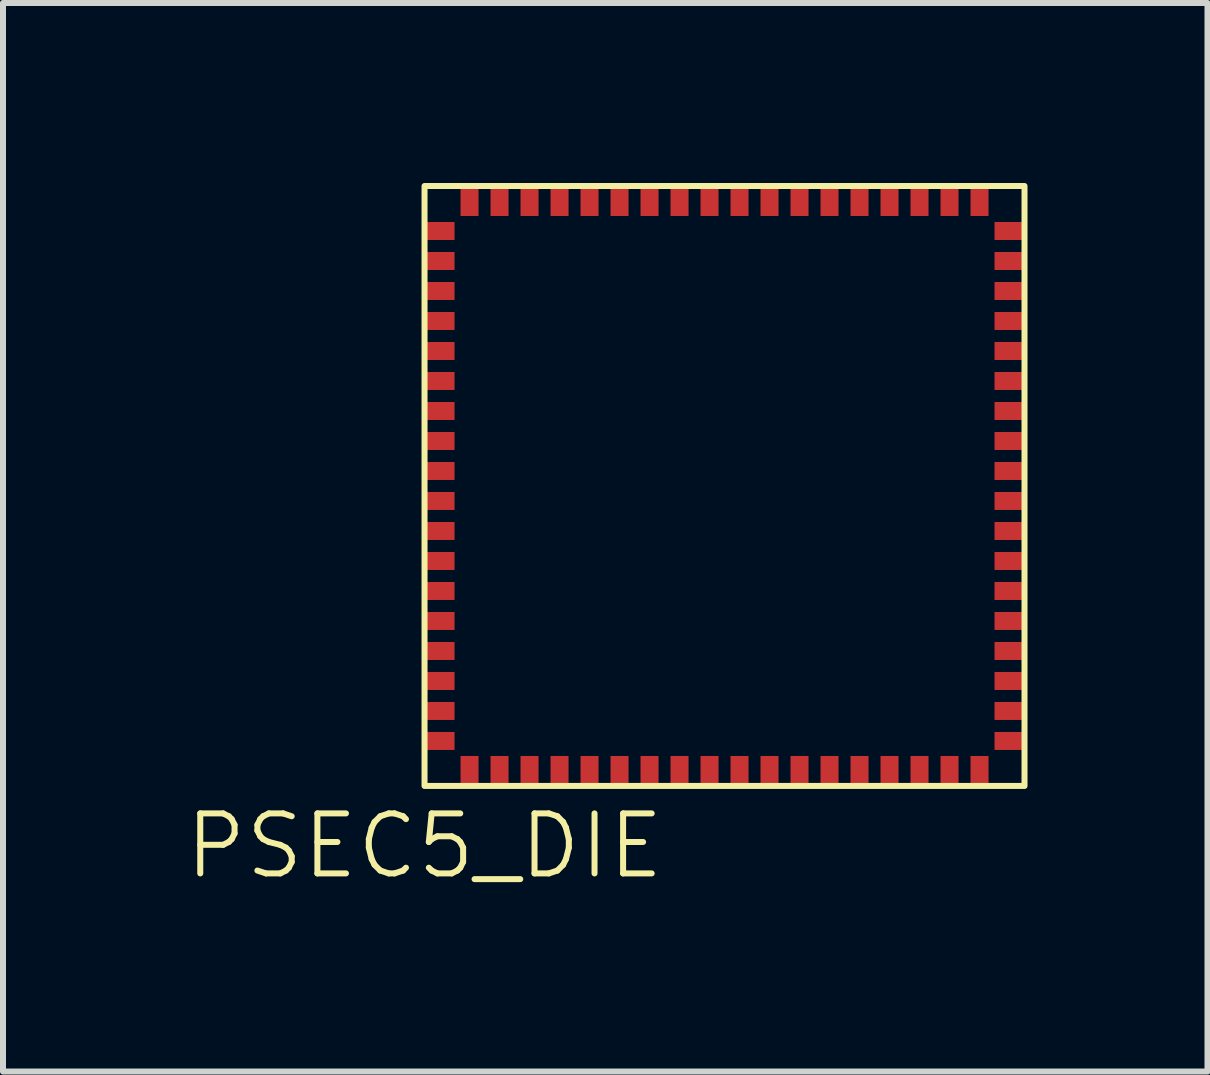
<source format=kicad_pcb>
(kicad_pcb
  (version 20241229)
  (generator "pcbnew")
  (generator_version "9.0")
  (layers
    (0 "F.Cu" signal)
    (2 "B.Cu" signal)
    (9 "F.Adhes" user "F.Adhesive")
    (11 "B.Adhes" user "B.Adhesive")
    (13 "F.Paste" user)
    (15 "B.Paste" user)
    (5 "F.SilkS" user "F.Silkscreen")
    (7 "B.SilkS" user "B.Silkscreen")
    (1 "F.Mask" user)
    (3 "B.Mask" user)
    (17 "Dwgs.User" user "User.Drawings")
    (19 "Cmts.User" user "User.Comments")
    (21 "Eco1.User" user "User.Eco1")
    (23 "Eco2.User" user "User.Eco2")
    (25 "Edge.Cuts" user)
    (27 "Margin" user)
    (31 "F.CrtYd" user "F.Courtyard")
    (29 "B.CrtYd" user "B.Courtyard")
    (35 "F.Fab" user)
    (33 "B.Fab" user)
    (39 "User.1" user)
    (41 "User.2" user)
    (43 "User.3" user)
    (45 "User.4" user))
  (footprint "PSEC5_DIE"
    (layer "F.Cu")
    (at 4.026 10.05)
    (property "Reference" "PSEC5_DIE" (at 0 1 0) (unlocked yes) (layer "F.SilkS") (effects (font (size 1 1) (thickness 0.1))))
    (attr smd)
    (fp_rect (start 0 0) (end 10 -10) (stroke (width 0.1) (type default)) (fill no) (layer "F.SilkS"))
    (pad "1" smd rect (at 0.75 -9.75) (size 0.3 0.5) (layers "F.Cu" "F.Mask" "F.Paste"))
    (pad "2" smd rect (at 1.25 -9.75) (size 0.3 0.5) (layers "F.Cu" "F.Mask" "F.Paste"))
    (pad "3" smd rect (at 1.75 -9.75) (size 0.3 0.5) (layers "F.Cu" "F.Mask" "F.Paste"))
    (pad "4" smd rect (at 2.25 -9.75) (size 0.3 0.5) (layers "F.Cu" "F.Mask" "F.Paste"))
    (pad "5" smd rect (at 2.75 -9.75) (size 0.3 0.5) (layers "F.Cu" "F.Mask" "F.Paste"))
    (pad "6" smd rect (at 3.25 -9.75) (size 0.3 0.5) (layers "F.Cu" "F.Mask" "F.Paste"))
    (pad "7" smd rect (at 3.75 -9.75) (size 0.3 0.5) (layers "F.Cu" "F.Mask" "F.Paste"))
    (pad "8" smd rect (at 4.25 -9.75) (size 0.3 0.5) (layers "F.Cu" "F.Mask" "F.Paste"))
    (pad "9" smd rect (at 4.75 -9.75) (size 0.3 0.5) (layers "F.Cu" "F.Mask" "F.Paste"))
    (pad "10" smd rect (at 5.25 -9.75) (size 0.3 0.5) (layers "F.Cu" "F.Mask" "F.Paste"))
    (pad "11" smd rect (at 5.75 -9.75) (size 0.3 0.5) (layers "F.Cu" "F.Mask" "F.Paste"))
    (pad "12" smd rect (at 6.25 -9.75) (size 0.3 0.5) (layers "F.Cu" "F.Mask" "F.Paste"))
    (pad "13" smd rect (at 6.75 -9.75) (size 0.3 0.5) (layers "F.Cu" "F.Mask" "F.Paste"))
    (pad "14" smd rect (at 7.25 -9.75) (size 0.3 0.5) (layers "F.Cu" "F.Mask" "F.Paste"))
    (pad "15" smd rect (at 7.75 -9.75) (size 0.3 0.5) (layers "F.Cu" "F.Mask" "F.Paste"))
    (pad "16" smd rect (at 8.25 -9.75) (size 0.3 0.5) (layers "F.Cu" "F.Mask" "F.Paste"))
    (pad "17" smd rect (at 8.75 -9.75) (size 0.3 0.5) (layers "F.Cu" "F.Mask" "F.Paste"))
    (pad "18" smd rect (at 9.25 -9.75) (size 0.3 0.5) (layers "F.Cu" "F.Mask" "F.Paste"))
    (pad "19" smd rect (at 9.75 -9.25 90) (size 0.3 0.5) (layers "F.Cu" "F.Mask" "F.Paste"))
    (pad "20" smd rect (at 9.75 -8.75 90) (size 0.3 0.5) (layers "F.Cu" "F.Mask" "F.Paste"))
    (pad "21" smd rect (at 9.75 -8.25 90) (size 0.3 0.5) (layers "F.Cu" "F.Mask" "F.Paste"))
    (pad "22" smd rect (at 9.75 -7.75 90) (size 0.3 0.5) (layers "F.Cu" "F.Mask" "F.Paste"))
    (pad "23" smd rect (at 9.75 -7.25 90) (size 0.3 0.5) (layers "F.Cu" "F.Mask" "F.Paste"))
    (pad "24" smd rect (at 9.75 -6.75 90) (size 0.3 0.5) (layers "F.Cu" "F.Mask" "F.Paste"))
    (pad "25" smd rect (at 9.75 -6.25 90) (size 0.3 0.5) (layers "F.Cu" "F.Mask" "F.Paste"))
    (pad "26" smd rect (at 9.75 -5.75 90) (size 0.3 0.5) (layers "F.Cu" "F.Mask" "F.Paste"))
    (pad "27" smd rect (at 9.75 -5.25 90) (size 0.3 0.5) (layers "F.Cu" "F.Mask" "F.Paste"))
    (pad "28" smd rect (at 9.75 -4.75 90) (size 0.3 0.5) (layers "F.Cu" "F.Mask" "F.Paste"))
    (pad "29" smd rect (at 9.75 -4.25 90) (size 0.3 0.5) (layers "F.Cu" "F.Mask" "F.Paste"))
    (pad "30" smd rect (at 9.75 -3.75 90) (size 0.3 0.5) (layers "F.Cu" "F.Mask" "F.Paste"))
    (pad "31" smd rect (at 9.75 -3.25 90) (size 0.3 0.5) (layers "F.Cu" "F.Mask" "F.Paste"))
    (pad "32" smd rect (at 9.75 -2.75 90) (size 0.3 0.5) (layers "F.Cu" "F.Mask" "F.Paste"))
    (pad "33" smd rect (at 9.75 -2.25 90) (size 0.3 0.5) (layers "F.Cu" "F.Mask" "F.Paste"))
    (pad "34" smd rect (at 9.75 -1.75 90) (size 0.3 0.5) (layers "F.Cu" "F.Mask" "F.Paste"))
    (pad "35" smd rect (at 9.75 -1.25 90) (size 0.3 0.5) (layers "F.Cu" "F.Mask" "F.Paste"))
    (pad "36" smd rect (at 9.75 -0.75 90) (size 0.3 0.5) (layers "F.Cu" "F.Mask" "F.Paste"))
    (pad "37" smd rect (at 9.25 -0.25 180) (size 0.3 0.5) (layers "F.Cu" "F.Mask" "F.Paste"))
    (pad "38" smd rect (at 8.75 -0.25 180) (size 0.3 0.5) (layers "F.Cu" "F.Mask" "F.Paste"))
    (pad "39" smd rect (at 8.25 -0.25 180) (size 0.3 0.5) (layers "F.Cu" "F.Mask" "F.Paste"))
    (pad "40" smd rect (at 7.75 -0.25 180) (size 0.3 0.5) (layers "F.Cu" "F.Mask" "F.Paste"))
    (pad "41" smd rect (at 7.25 -0.25 180) (size 0.3 0.5) (layers "F.Cu" "F.Mask" "F.Paste"))
    (pad "42" smd rect (at 6.75 -0.25 180) (size 0.3 0.5) (layers "F.Cu" "F.Mask" "F.Paste"))
    (pad "43" smd rect (at 6.25 -0.25 180) (size 0.3 0.5) (layers "F.Cu" "F.Mask" "F.Paste"))
    (pad "44" smd rect (at 5.75 -0.25 180) (size 0.3 0.5) (layers "F.Cu" "F.Mask" "F.Paste"))
    (pad "45" smd rect (at 5.25 -0.25 180) (size 0.3 0.5) (layers "F.Cu" "F.Mask" "F.Paste"))
    (pad "46" smd rect (at 4.75 -0.25 180) (size 0.3 0.5) (layers "F.Cu" "F.Mask" "F.Paste"))
    (pad "47" smd rect (at 4.25 -0.25 180) (size 0.3 0.5) (layers "F.Cu" "F.Mask" "F.Paste"))
    (pad "48" smd rect (at 3.75 -0.25 180) (size 0.3 0.5) (layers "F.Cu" "F.Mask" "F.Paste"))
    (pad "49" smd rect (at 3.25 -0.25 180) (size 0.3 0.5) (layers "F.Cu" "F.Mask" "F.Paste"))
    (pad "50" smd rect (at 2.75 -0.25 180) (size 0.3 0.5) (layers "F.Cu" "F.Mask" "F.Paste"))
    (pad "51" smd rect (at 2.25 -0.25 180) (size 0.3 0.5) (layers "F.Cu" "F.Mask" "F.Paste"))
    (pad "52" smd rect (at 1.75 -0.25 180) (size 0.3 0.5) (layers "F.Cu" "F.Mask" "F.Paste"))
    (pad "53" smd rect (at 1.25 -0.25 180) (size 0.3 0.5) (layers "F.Cu" "F.Mask" "F.Paste"))
    (pad "54" smd rect (at 0.75 -0.25 180) (size 0.3 0.5) (layers "F.Cu" "F.Mask" "F.Paste"))
    (pad "55" smd rect (at 0.25 -0.75 270) (size 0.3 0.5) (layers "F.Cu" "F.Mask" "F.Paste"))
    (pad "56" smd rect (at 0.25 -1.25 270) (size 0.3 0.5) (layers "F.Cu" "F.Mask" "F.Paste"))
    (pad "57" smd rect (at 0.25 -1.75 270) (size 0.3 0.5) (layers "F.Cu" "F.Mask" "F.Paste"))
    (pad "58" smd rect (at 0.25 -2.25 270) (size 0.3 0.5) (layers "F.Cu" "F.Mask" "F.Paste"))
    (pad "59" smd rect (at 0.25 -2.75 270) (size 0.3 0.5) (layers "F.Cu" "F.Mask" "F.Paste"))
    (pad "60" smd rect (at 0.25 -3.25 270) (size 0.3 0.5) (layers "F.Cu" "F.Mask" "F.Paste"))
    (pad "61" smd rect (at 0.25 -3.75 270) (size 0.3 0.5) (layers "F.Cu" "F.Mask" "F.Paste"))
    (pad "62" smd rect (at 0.25 -4.25 270) (size 0.3 0.5) (layers "F.Cu" "F.Mask" "F.Paste"))
    (pad "63" smd rect (at 0.25 -4.75 270) (size 0.3 0.5) (layers "F.Cu" "F.Mask" "F.Paste"))
    (pad "64" smd rect (at 0.25 -5.25 270) (size 0.3 0.5) (layers "F.Cu" "F.Mask" "F.Paste"))
    (pad "65" smd rect (at 0.25 -5.75 270) (size 0.3 0.5) (layers "F.Cu" "F.Mask" "F.Paste"))
    (pad "66" smd rect (at 0.25 -6.25 270) (size 0.3 0.5) (layers "F.Cu" "F.Mask" "F.Paste"))
    (pad "67" smd rect (at 0.25 -6.75 270) (size 0.3 0.5) (layers "F.Cu" "F.Mask" "F.Paste"))
    (pad "68" smd rect (at 0.25 -7.25 270) (size 0.3 0.5) (layers "F.Cu" "F.Mask" "F.Paste"))
    (pad "69" smd rect (at 0.25 -7.75 270) (size 0.3 0.5) (layers "F.Cu" "F.Mask" "F.Paste"))
    (pad "70" smd rect (at 0.25 -8.25 270) (size 0.3 0.5) (layers "F.Cu" "F.Mask" "F.Paste"))
    (pad "71" smd rect (at 0.25 -8.75 270) (size 0.3 0.5) (layers "F.Cu" "F.Mask" "F.Paste"))
    (pad "72" smd rect (at 0.25 -9.25 270) (size 0.3 0.5) (layers "F.Cu" "F.Mask" "F.Paste")))
  (gr_rect
    (start -3 -3)
    (end 17.076 14.81)
    (stroke (width 0.1) (type default))
    (fill no)
    (layer "Edge.Cuts")))
</source>
